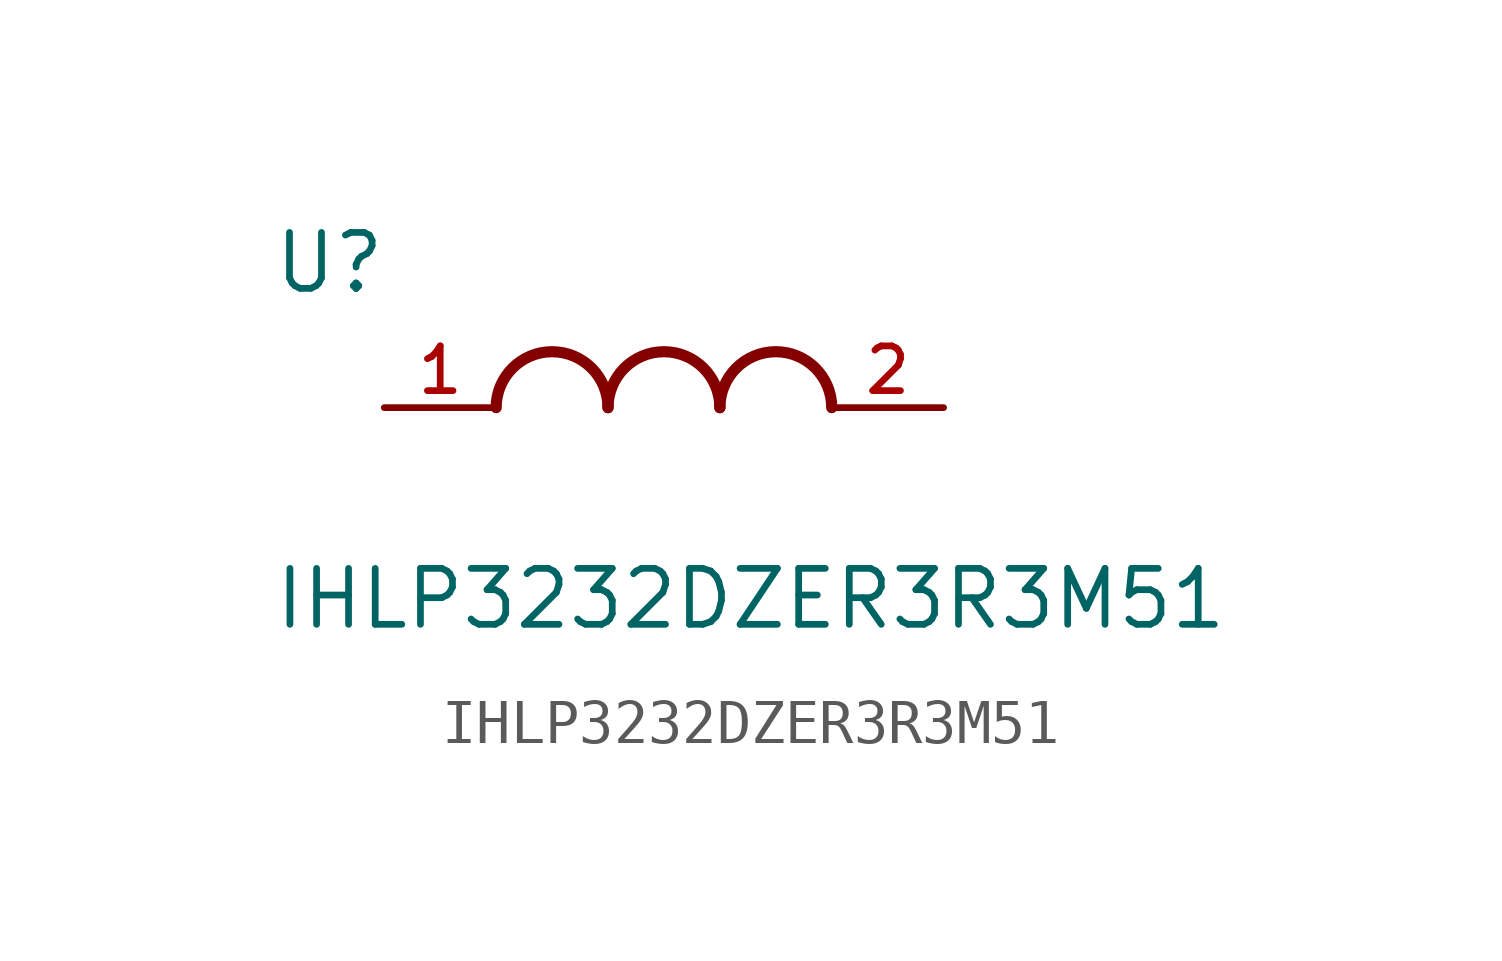
<source format=kicad_sym>
(kicad_symbol_lib
  (version 20211014)
  (generator kicad_symbol_editor)
  (symbol "IHLP3232DZER3R3M51"
    (pin_names
      (offset 1.016))
    (property "Reference" "U"
      (at -7.634 2.545 0)
      (effects (font (size 1.27 1.27)) (justify bottom left)))
    (property "Value" "IHLP3232DZER3R3M51"
      (at -7.624 -5.083 0)
      (effects (font (size 1.27 1.27)) (justify bottom left)))
    (symbol "IHLP3232DZER3R3M51_0_0"
      (arc (start 0.0 0.0) (mid -1.27 1.27) (end -2.54 0.0) (stroke (width 0.254) (type default) (color 0 0 0 0)) (fill (type none)))
      (arc (start 2.54 0.0) (mid 1.27 1.27) (end 0.0 0.0) (stroke (width 0.254) (type default) (color 0 0 0 0)) (fill (type none)))
      (arc (start 5.08 0.0) (mid 3.81 1.27) (end 2.54 0.0) (stroke (width 0.254) (type default) (color 0 0 0 0)) (fill (type none)))
      (pin passive line (at -5.08 0.0 0) (length 2.54) (name "~" (effects (font (size 1.016 1.016)))) (number "1" (effects (font (size 1.016 1.016)))))
      (pin passive line (at 7.62 0.0 180.0) (length 2.54) (name "~" (effects (font (size 1.016 1.016)))) (number "2" (effects (font (size 1.016 1.016))))))))
</source>
